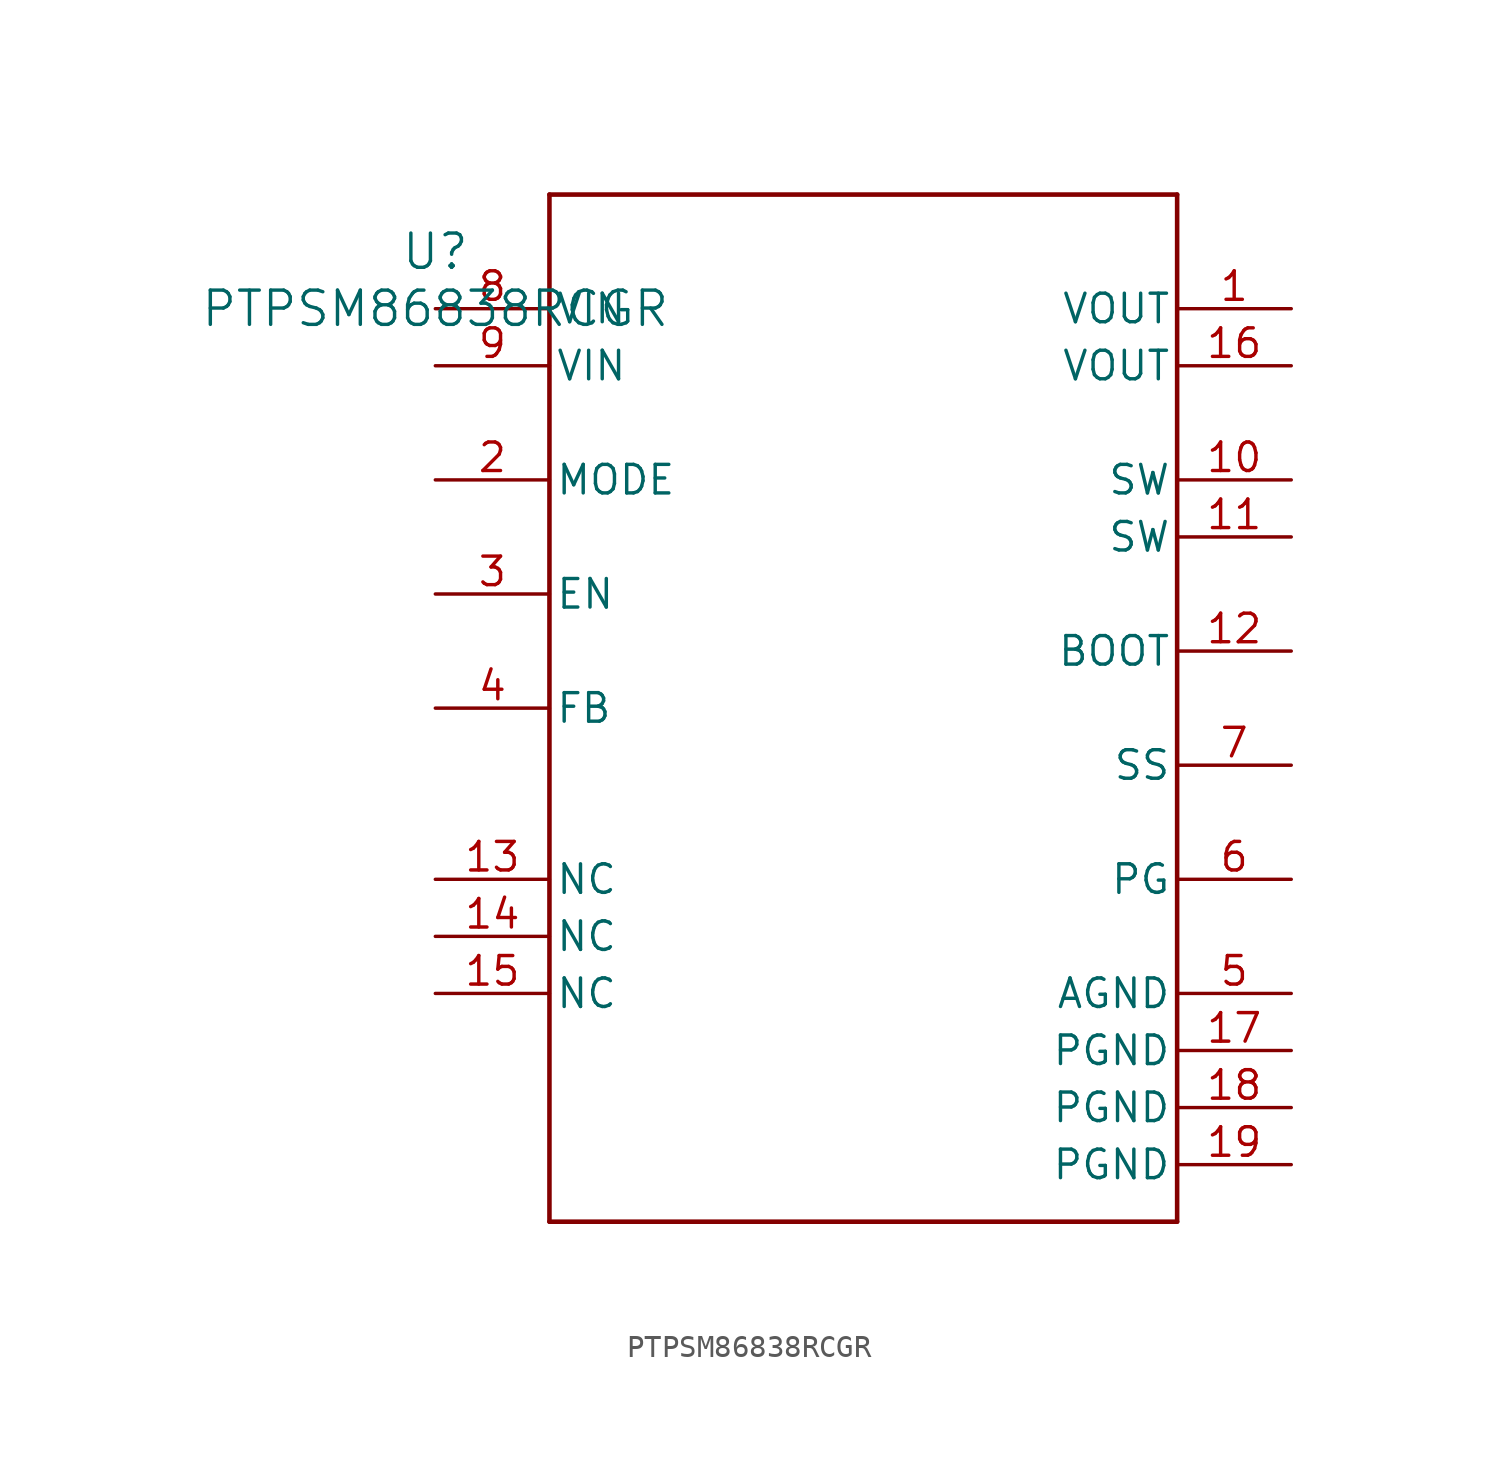
<source format=kicad_sym>
(kicad_symbol_lib
  (version 20211014)
  (generator kicad_symbol_editor)
  (symbol "PTPSM86838RCGR"
    (pin_names
      (offset 0.254))
    (property "Reference" "U"
      (at 0 2.54 0)
      (effects (font (size 1.524 1.524))))
    (property "Value" "PTPSM86838RCGR"
      (at 0 0 0)
      (effects (font (size 1.524 1.524))))
    (polyline
      (pts (xy 5.08 -40.64) (xy 33.02 -40.64))
      (stroke (width 0.203) (type default) (color 0 0 0 0))
      (fill (type none)))
    (polyline
      (pts (xy 33.02 -40.64) (xy 33.02 5.08))
      (stroke (width 0.203) (type default) (color 0 0 0 0))
      (fill (type none)))
    (polyline
      (pts (xy 33.02 5.08) (xy 5.08 5.08))
      (stroke (width 0.203) (type default) (color 0 0 0 0))
      (fill (type none)))
    (polyline
      (pts (xy 5.08 5.08) (xy 5.08 -40.64))
      (stroke (width 0.203) (type default) (color 0 0 0 0))
      (fill (type none)))
    (pin unspecified line
      (at 38.1 0 180)
      (length 5.08)
      (name "VOUT" (effects (font (size 1.27 1.27))))
      (number "1" (effects (font (size 1.27 1.27)))))
    (pin input line
      (at 0 -7.62 0)
      (length 5.08)
      (name "MODE" (effects (font (size 1.27 1.27))))
      (number "2" (effects (font (size 1.27 1.27)))))
    (pin input line
      (at 0 -12.7 0)
      (length 5.08)
      (name "EN" (effects (font (size 1.27 1.27))))
      (number "3" (effects (font (size 1.27 1.27)))))
    (pin input line
      (at 0 -17.78 0)
      (length 5.08)
      (name "FB" (effects (font (size 1.27 1.27))))
      (number "4" (effects (font (size 1.27 1.27)))))
    (pin power_in line
      (at 38.1 -30.48 180)
      (length 5.08)
      (name "AGND" (effects (font (size 1.27 1.27))))
      (number "5" (effects (font (size 1.27 1.27)))))
    (pin open_collector line
      (at 38.1 -25.4 180)
      (length 5.08)
      (name "PG" (effects (font (size 1.27 1.27))))
      (number "6" (effects (font (size 1.27 1.27)))))
    (pin input line
      (at 38.1 -20.32 180)
      (length 5.08)
      (name "SS" (effects (font (size 1.27 1.27))))
      (number "7" (effects (font (size 1.27 1.27)))))
    (pin power_in line
      (at 0 0 0)
      (length 5.08)
      (name "VIN" (effects (font (size 1.27 1.27))))
      (number "8" (effects (font (size 1.27 1.27)))))
    (pin power_in line
      (at 0 -2.54 0)
      (length 5.08)
      (name "VIN" (effects (font (size 1.27 1.27))))
      (number "9" (effects (font (size 1.27 1.27)))))
    (pin unspecified line
      (at 38.1 -7.62 180)
      (length 5.08)
      (name "SW" (effects (font (size 1.27 1.27))))
      (number "10" (effects (font (size 1.27 1.27)))))
    (pin unspecified line
      (at 38.1 -10.16 180)
      (length 5.08)
      (name "SW" (effects (font (size 1.27 1.27))))
      (number "11" (effects (font (size 1.27 1.27)))))
    (pin unspecified line
      (at 38.1 -15.24 180)
      (length 5.08)
      (name "BOOT" (effects (font (size 1.27 1.27))))
      (number "12" (effects (font (size 1.27 1.27)))))
    (pin unspecified line
      (at 0 -25.4 0)
      (length 5.08)
      (name "NC" (effects (font (size 1.27 1.27))))
      (number "13" (effects (font (size 1.27 1.27)))))
    (pin unspecified line
      (at 0 -27.94 0)
      (length 5.08)
      (name "NC" (effects (font (size 1.27 1.27))))
      (number "14" (effects (font (size 1.27 1.27)))))
    (pin unspecified line
      (at 0 -30.48 0)
      (length 5.08)
      (name "NC" (effects (font (size 1.27 1.27))))
      (number "15" (effects (font (size 1.27 1.27)))))
    (pin unspecified line
      (at 38.1 -2.54 180)
      (length 5.08)
      (name "VOUT" (effects (font (size 1.27 1.27))))
      (number "16" (effects (font (size 1.27 1.27)))))
    (pin power_in line
      (at 38.1 -33.02 180)
      (length 5.08)
      (name "PGND" (effects (font (size 1.27 1.27))))
      (number "17" (effects (font (size 1.27 1.27)))))
    (pin power_in line
      (at 38.1 -35.56 180)
      (length 5.08)
      (name "PGND" (effects (font (size 1.27 1.27))))
      (number "18" (effects (font (size 1.27 1.27)))))
    (pin power_in line
      (at 38.1 -38.1 180)
      (length 5.08)
      (name "PGND" (effects (font (size 1.27 1.27))))
      (number "19" (effects (font (size 1.27 1.27)))))))
</source>
